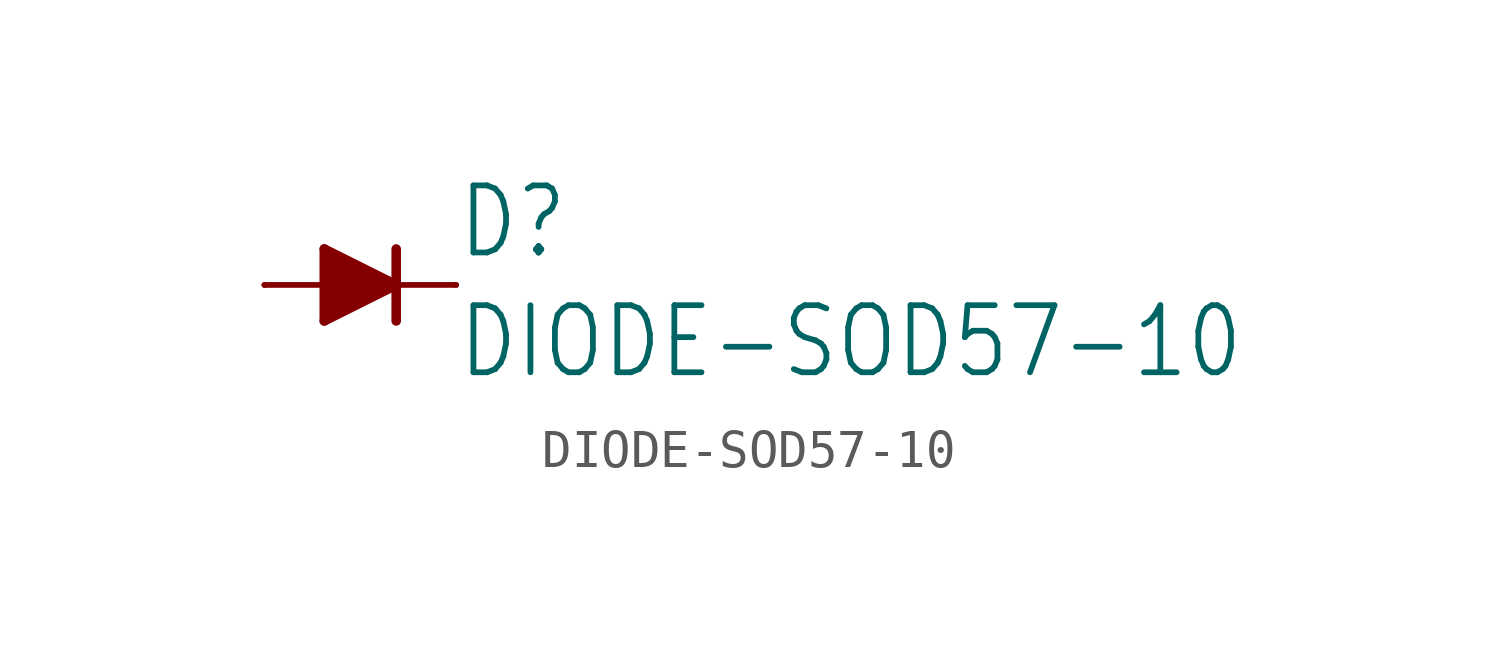
<source format=kicad_sym>
(kicad_symbol_lib
  (version 20211014)
  (generator kicad_symbol_editor)
  (symbol "DIODE-SOD57-10"
    (property "Reference" "D"
      (at 2.54 0.635 0)
      (effects (font (size 1.778 1.511)) (justify left bottom)))
    (property "Value" "DIODE-SOD57-10"
      (at 2.54 -2.54 0)
      (effects (font (size 1.778 1.511)) (justify left bottom)))
    (property "ki_locked" ""
      (at 0 0 0)
      (effects (font (size 1.27 1.27))))
    (symbol "DIODE-SOD57-10_1_0"
      (polyline (pts (xy -0.953 -0.953) (xy 0.953 0)) (stroke (width 0.254) (type default) (color 0 0 0 0)) (fill (type none)))
      (polyline (pts (xy -0.953 0) (xy -2.54 0)) (stroke (width 0.152) (type default) (color 0 0 0 0)) (fill (type none)))
      (polyline (pts (xy -0.953 0) (xy -0.953 -0.953)) (stroke (width 0.254) (type default) (color 0 0 0 0)) (fill (type none)))
      (polyline (pts (xy -0.953 0.953) (xy -0.953 0)) (stroke (width 0.254) (type default) (color 0 0 0 0)) (fill (type none)))
      (polyline (pts (xy 0.953 0) (xy -0.953 0.953)) (stroke (width 0.254) (type default) (color 0 0 0 0)) (fill (type none)))
      (polyline (pts (xy 0.953 0) (xy 0.953 -0.953)) (stroke (width 0.254) (type default) (color 0 0 0 0)) (fill (type none)))
      (polyline (pts (xy 0.953 0) (xy 2.54 0)) (stroke (width 0.152) (type default) (color 0 0 0 0)) (fill (type none)))
      (polyline (pts (xy 0.953 0.953) (xy 0.953 0)) (stroke (width 0.254) (type default) (color 0 0 0 0)) (fill (type none)))
      (polyline (pts (xy -0.953 0.953) (xy 0.953 0) (xy -0.953 -0.953)) (stroke (width 0) (type default) (color 0 0 0 0)) (fill (type outline)))
      (pin passive line (at -2.54 0 0) (length 0) (name "A" (effects (font (size 0 0)))) (number "A" (effects (font (size 0 0)))))
      (pin passive line (at 2.54 0 180) (length 0) (name "C" (effects (font (size 0 0)))) (number "C" (effects (font (size 0 0))))))))
</source>
